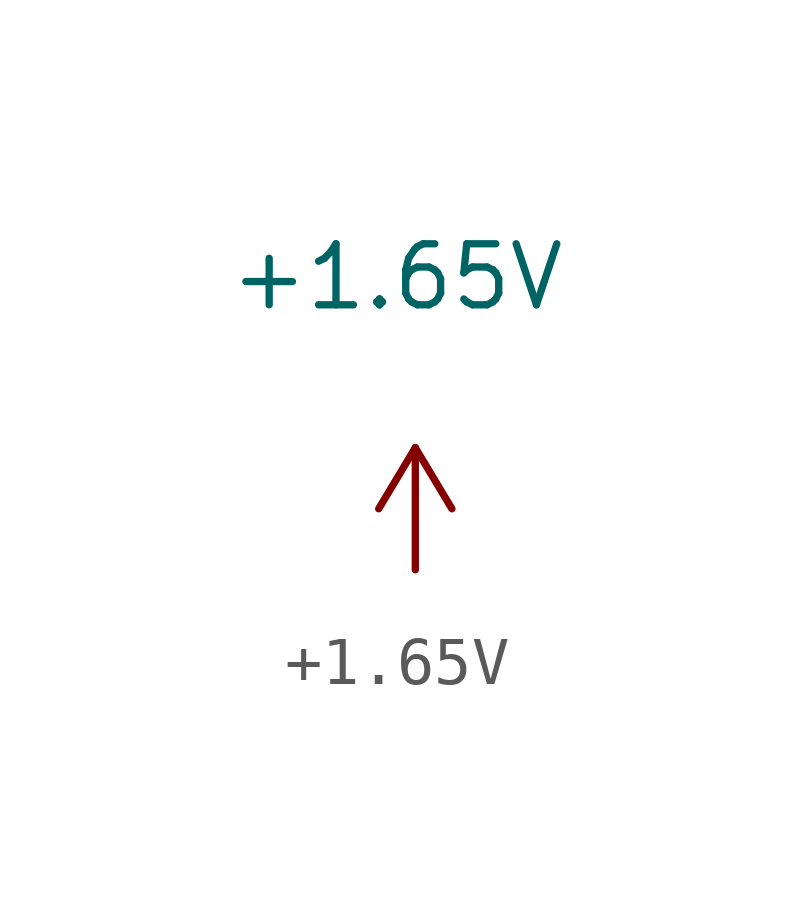
<source format=kicad_sym>
(kicad_symbol_lib
  (version 20211014)
  (generator kicad_symbol_editor)
  (symbol "+1.65V"
    (property "Reference" "#PWR"
      (at 5.334 -5.207 0)
      (effects (font (size 1.27 1.27)) hide))
    (property "Value" "+1.65V"
      (at -0.381 2.286 0)
      (effects (font (size 1.27 1.27))))
    (symbol "+1.65V_0_1"
      (polyline (pts (xy -0.762 -2.54) (xy 0 -1.27)) (stroke (width 0) (type default) (color 0 0 0 0)) (fill (type none)))
      (polyline (pts (xy 0 -3.81) (xy 0 -1.27)) (stroke (width 0) (type default) (color 0 0 0 0)) (fill (type none)))
      (polyline (pts (xy 0 -1.27) (xy 0.762 -2.54)) (stroke (width 0) (type default) (color 0 0 0 0)) (fill (type none))))
    (symbol "+1.65V_1_1"
      (pin power_in line (at 0 -3.81 90) (length 0) hide (name "+1.65V" (effects (font (size 1.27 1.27)))) (number "1" (effects (font (size 1.27 1.27))))))))
</source>
